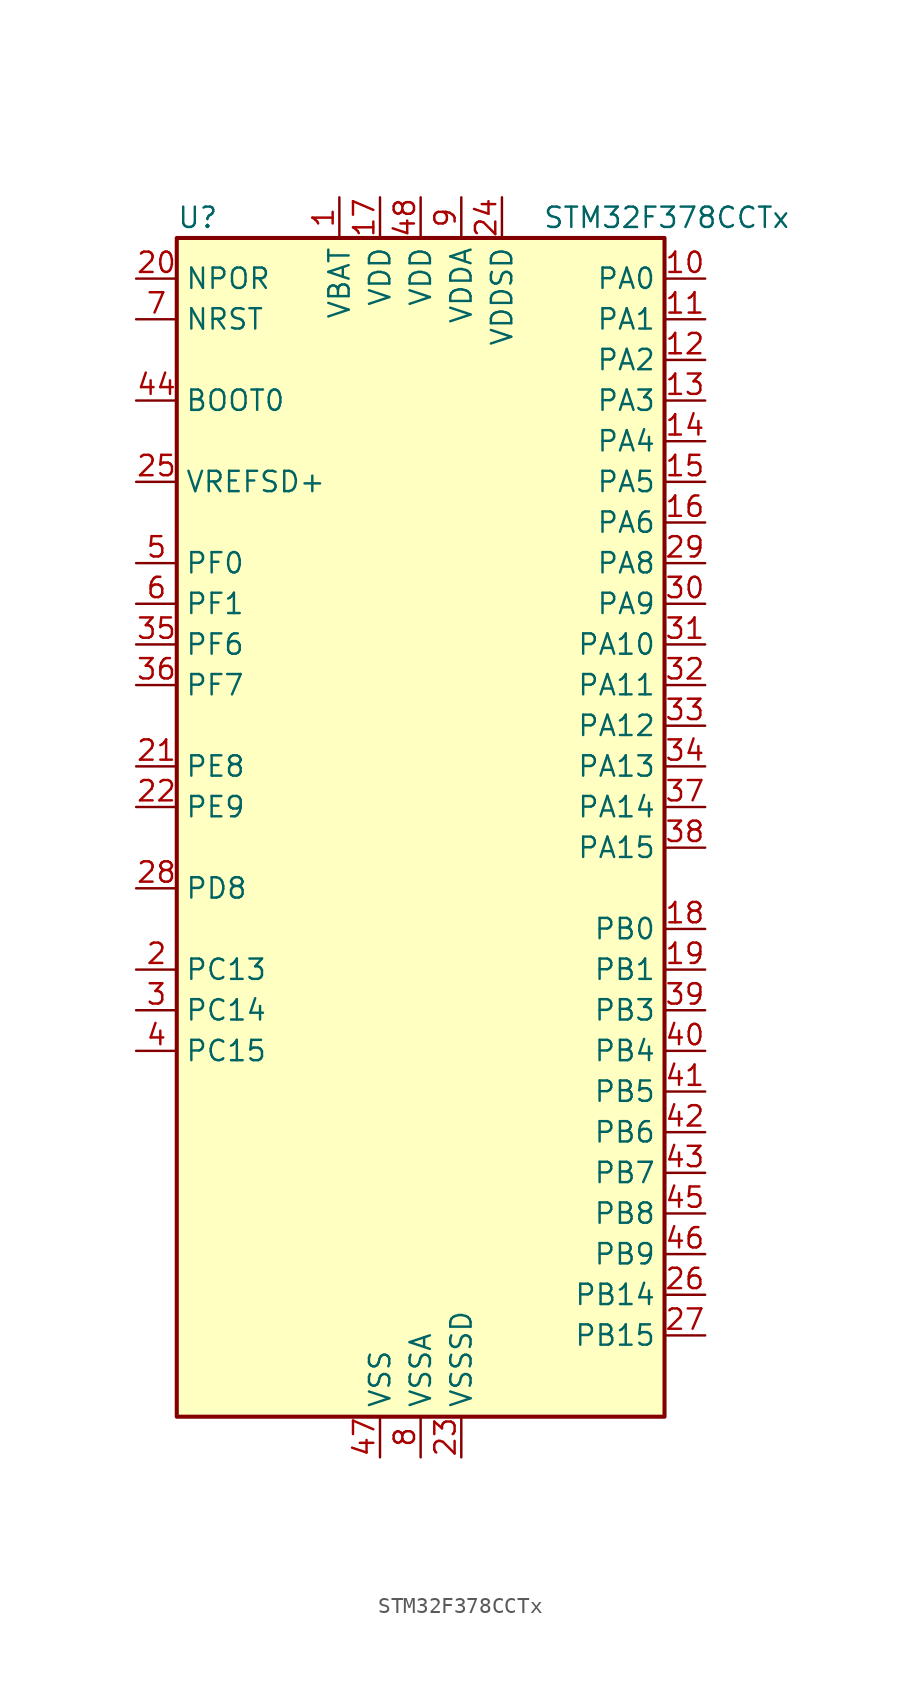
<source format=kicad_sym>
(kicad_symbol_lib
  (version 20231120)
  (generator "kicad_symbol_editor")
  (generator_version "8.0")
  (symbol "STM32F378CCTx"
    (property "Reference" "U"
      (at -15.24 39.37 0)
      (effects (font (size 1.27 1.27)) (justify left)))
    (property "Value" "STM32F378CCTx"
      (at 7.62 39.37 0)
      (effects (font (size 1.27 1.27)) (justify left)))
    (property "ki_locked" ""
      (at 0 0 0)
      (effects (font (size 1.27 1.27))))
    (symbol "STM32F378CCTx_0_1"
      (rectangle (start -15.24 -35.56) (end 15.24 38.1) (stroke (width 0.254) (type default)) (fill (type background))))
    (symbol "STM32F378CCTx_1_1"
      (pin power_in line (at -5.08 40.64 270) (length 2.54) (name "VBAT" (effects (font (size 1.27 1.27)))) (number "1" (effects (font (size 1.27 1.27)))))
      (pin bidirectional line (at 17.78 35.56 180) (length 2.54) (name "PA0" (effects (font (size 1.27 1.27)))) (number "10" (effects (font (size 1.27 1.27)))) (alternate "ADC1_IN0" bidirectional line) (alternate "COMP1_INM" bidirectional line) (alternate "COMP1_OUT" bidirectional line) (alternate "RTC_TAMP2" bidirectional line) (alternate "SYS_WKUP1" bidirectional line) (alternate "TIM19_CH1" bidirectional line) (alternate "TIM2_CH1" bidirectional line) (alternate "TIM2_ETR" bidirectional line) (alternate "TIM5_CH1" bidirectional line) (alternate "TIM5_ETR" bidirectional line) (alternate "TSC_G1_IO1" bidirectional line) (alternate "USART2_CTS" bidirectional line))
      (pin bidirectional line (at 17.78 33.02 180) (length 2.54) (name "PA1" (effects (font (size 1.27 1.27)))) (number "11" (effects (font (size 1.27 1.27)))) (alternate "ADC1_IN1" bidirectional line) (alternate "COMP1_INP" bidirectional line) (alternate "I2S3_CK" bidirectional line) (alternate "RTC_REFIN" bidirectional line) (alternate "SPI3_SCK" bidirectional line) (alternate "TIM15_CH1N" bidirectional line) (alternate "TIM19_CH2" bidirectional line) (alternate "TIM2_CH2" bidirectional line) (alternate "TIM5_CH2" bidirectional line) (alternate "TSC_G1_IO2" bidirectional line) (alternate "USART2_DE" bidirectional line) (alternate "USART2_RTS" bidirectional line))
      (pin bidirectional line (at 17.78 30.48 180) (length 2.54) (name "PA2" (effects (font (size 1.27 1.27)))) (number "12" (effects (font (size 1.27 1.27)))) (alternate "ADC1_IN2" bidirectional line) (alternate "COMP2_INM" bidirectional line) (alternate "COMP2_OUT" bidirectional line) (alternate "I2S3_MCK" bidirectional line) (alternate "SPI3_MISO" bidirectional line) (alternate "TIM15_CH1" bidirectional line) (alternate "TIM19_CH3" bidirectional line) (alternate "TIM2_CH3" bidirectional line) (alternate "TIM5_CH3" bidirectional line) (alternate "TSC_G1_IO3" bidirectional line) (alternate "USART2_TX" bidirectional line))
      (pin bidirectional line (at 17.78 27.94 180) (length 2.54) (name "PA3" (effects (font (size 1.27 1.27)))) (number "13" (effects (font (size 1.27 1.27)))) (alternate "ADC1_IN3" bidirectional line) (alternate "COMP2_INP" bidirectional line) (alternate "I2S3_SD" bidirectional line) (alternate "SPI3_MOSI" bidirectional line) (alternate "TIM15_CH2" bidirectional line) (alternate "TIM19_CH4" bidirectional line) (alternate "TIM2_CH4" bidirectional line) (alternate "TIM5_CH4" bidirectional line) (alternate "TSC_G1_IO4" bidirectional line) (alternate "USART2_RX" bidirectional line))
      (pin bidirectional line (at 17.78 25.4 180) (length 2.54) (name "PA4" (effects (font (size 1.27 1.27)))) (number "14" (effects (font (size 1.27 1.27)))) (alternate "ADC1_IN4" bidirectional line) (alternate "DAC1_OUT1" bidirectional line) (alternate "I2S1_WS" bidirectional line) (alternate "I2S3_WS" bidirectional line) (alternate "SPI1_NSS" bidirectional line) (alternate "SPI3_NSS" bidirectional line) (alternate "TIM12_CH1" bidirectional line) (alternate "TIM3_CH2" bidirectional line) (alternate "TSC_G2_IO1" bidirectional line) (alternate "USART2_CK" bidirectional line))
      (pin bidirectional line (at 17.78 22.86 180) (length 2.54) (name "PA5" (effects (font (size 1.27 1.27)))) (number "15" (effects (font (size 1.27 1.27)))) (alternate "ADC1_IN5" bidirectional line) (alternate "CEC" bidirectional line) (alternate "DAC1_OUT2" bidirectional line) (alternate "I2S1_CK" bidirectional line) (alternate "SPI1_SCK" bidirectional line) (alternate "TIM12_CH2" bidirectional line) (alternate "TIM14_CH1" bidirectional line) (alternate "TIM2_CH1" bidirectional line) (alternate "TIM2_ETR" bidirectional line) (alternate "TSC_G2_IO2" bidirectional line))
      (pin bidirectional line (at 17.78 20.32 180) (length 2.54) (name "PA6" (effects (font (size 1.27 1.27)))) (number "16" (effects (font (size 1.27 1.27)))) (alternate "ADC1_IN6" bidirectional line) (alternate "COMP1_OUT" bidirectional line) (alternate "DAC2_OUT1" bidirectional line) (alternate "I2S1_MCK" bidirectional line) (alternate "SPI1_MISO" bidirectional line) (alternate "TIM13_CH1" bidirectional line) (alternate "TIM16_CH1" bidirectional line) (alternate "TIM3_CH1" bidirectional line) (alternate "TSC_G2_IO3" bidirectional line))
      (pin power_in line (at -2.54 40.64 270) (length 2.54) (name "VDD" (effects (font (size 1.27 1.27)))) (number "17" (effects (font (size 1.27 1.27)))))
      (pin bidirectional line (at 17.78 -5.08 180) (length 2.54) (name "PB0" (effects (font (size 1.27 1.27)))) (number "18" (effects (font (size 1.27 1.27)))) (alternate "ADC1_IN8" bidirectional line) (alternate "I2S1_SD" bidirectional line) (alternate "SDADC1_AIN6P" bidirectional line) (alternate "SPI1_MOSI" bidirectional line) (alternate "TIM3_CH2" bidirectional line) (alternate "TIM3_CH3" bidirectional line) (alternate "TSC_G3_IO3" bidirectional line))
      (pin bidirectional line (at 17.78 -7.62 180) (length 2.54) (name "PB1" (effects (font (size 1.27 1.27)))) (number "19" (effects (font (size 1.27 1.27)))) (alternate "ADC1_IN9" bidirectional line) (alternate "SDADC1_AIN5P" bidirectional line) (alternate "SDADC1_AIN6M" bidirectional line) (alternate "TIM3_CH4" bidirectional line) (alternate "TSC_G3_IO4" bidirectional line))
      (pin bidirectional line (at -17.78 -7.62 0) (length 2.54) (name "PC13" (effects (font (size 1.27 1.27)))) (number "2" (effects (font (size 1.27 1.27)))) (alternate "RTC_OUT_ALARM" bidirectional line) (alternate "RTC_OUT_CALIB" bidirectional line) (alternate "RTC_TAMP1" bidirectional line) (alternate "RTC_TS" bidirectional line) (alternate "SYS_WKUP2" bidirectional line))
      (pin input line (at -17.78 35.56 0) (length 2.54) (name "NPOR" (effects (font (size 1.27 1.27)))) (number "20" (effects (font (size 1.27 1.27)))))
      (pin bidirectional line (at -17.78 5.08 0) (length 2.54) (name "PE8" (effects (font (size 1.27 1.27)))) (number "21" (effects (font (size 1.27 1.27)))) (alternate "SDADC1_AIN8P" bidirectional line) (alternate "SDADC2_AIN8P" bidirectional line))
      (pin bidirectional line (at -17.78 2.54 0) (length 2.54) (name "PE9" (effects (font (size 1.27 1.27)))) (number "22" (effects (font (size 1.27 1.27)))) (alternate "DAC1_EXTI9" bidirectional line) (alternate "DAC2_EXTI9" bidirectional line) (alternate "SDADC1_AIN7P" bidirectional line) (alternate "SDADC1_AIN8M" bidirectional line) (alternate "SDADC2_AIN7P" bidirectional line) (alternate "SDADC2_AIN8M" bidirectional line))
      (pin power_in line (at 2.54 -38.1 90) (length 2.54) (name "VSSSD" (effects (font (size 1.27 1.27)))) (number "23" (effects (font (size 1.27 1.27)))))
      (pin power_in line (at 5.08 40.64 270) (length 2.54) (name "VDDSD" (effects (font (size 1.27 1.27)))) (number "24" (effects (font (size 1.27 1.27)))))
      (pin input line (at -17.78 22.86 0) (length 2.54) (name "VREFSD+" (effects (font (size 1.27 1.27)))) (number "25" (effects (font (size 1.27 1.27)))))
      (pin bidirectional line (at 17.78 -27.94 180) (length 2.54) (name "PB14" (effects (font (size 1.27 1.27)))) (number "26" (effects (font (size 1.27 1.27)))) (alternate "I2S2_MCK" bidirectional line) (alternate "SDADC3_AIN8P" bidirectional line) (alternate "SPI2_MISO" bidirectional line) (alternate "TIM12_CH1" bidirectional line) (alternate "TIM15_CH1" bidirectional line) (alternate "TSC_G6_IO1" bidirectional line) (alternate "USART3_DE" bidirectional line) (alternate "USART3_RTS" bidirectional line))
      (pin bidirectional line (at 17.78 -30.48 180) (length 2.54) (name "PB15" (effects (font (size 1.27 1.27)))) (number "27" (effects (font (size 1.27 1.27)))) (alternate "ADC1_EXTI15" bidirectional line) (alternate "I2S2_SD" bidirectional line) (alternate "RTC_REFIN" bidirectional line) (alternate "SDADC1_EXTI15" bidirectional line) (alternate "SDADC2_EXTI15" bidirectional line) (alternate "SDADC3_AIN7P" bidirectional line) (alternate "SDADC3_AIN8M" bidirectional line) (alternate "SDADC3_EXTI15" bidirectional line) (alternate "SPI2_MOSI" bidirectional line) (alternate "TIM12_CH2" bidirectional line) (alternate "TIM15_CH1N" bidirectional line) (alternate "TIM15_CH2" bidirectional line) (alternate "TSC_G6_IO2" bidirectional line))
      (pin bidirectional line (at -17.78 -2.54 0) (length 2.54) (name "PD8" (effects (font (size 1.27 1.27)))) (number "28" (effects (font (size 1.27 1.27)))) (alternate "I2S2_CK" bidirectional line) (alternate "SDADC3_AIN6P" bidirectional line) (alternate "SPI2_SCK" bidirectional line) (alternate "TSC_G6_IO3" bidirectional line) (alternate "USART3_TX" bidirectional line))
      (pin bidirectional line (at 17.78 17.78 180) (length 2.54) (name "PA8" (effects (font (size 1.27 1.27)))) (number "29" (effects (font (size 1.27 1.27)))) (alternate "I2C2_SMBA" bidirectional line) (alternate "I2S2_CK" bidirectional line) (alternate "RCC_MCO" bidirectional line) (alternate "SPI2_SCK" bidirectional line) (alternate "TIM4_ETR" bidirectional line) (alternate "TIM5_CH1" bidirectional line) (alternate "TIM5_ETR" bidirectional line) (alternate "USART1_CK" bidirectional line))
      (pin bidirectional line (at -17.78 -10.16 0) (length 2.54) (name "PC14" (effects (font (size 1.27 1.27)))) (number "3" (effects (font (size 1.27 1.27)))) (alternate "RCC_OSC32_IN" bidirectional line))
      (pin bidirectional line (at 17.78 15.24 180) (length 2.54) (name "PA9" (effects (font (size 1.27 1.27)))) (number "30" (effects (font (size 1.27 1.27)))) (alternate "DAC1_EXTI9" bidirectional line) (alternate "DAC2_EXTI9" bidirectional line) (alternate "I2C2_SCL" bidirectional line) (alternate "I2S2_MCK" bidirectional line) (alternate "SPI2_MISO" bidirectional line) (alternate "TIM13_CH1" bidirectional line) (alternate "TIM15_BKIN" bidirectional line) (alternate "TIM2_CH3" bidirectional line) (alternate "TSC_G4_IO1" bidirectional line) (alternate "USART1_TX" bidirectional line))
      (pin bidirectional line (at 17.78 12.7 180) (length 2.54) (name "PA10" (effects (font (size 1.27 1.27)))) (number "31" (effects (font (size 1.27 1.27)))) (alternate "I2C2_SDA" bidirectional line) (alternate "I2S2_SD" bidirectional line) (alternate "SPI2_MOSI" bidirectional line) (alternate "TIM14_CH1" bidirectional line) (alternate "TIM17_BKIN" bidirectional line) (alternate "TIM2_CH4" bidirectional line) (alternate "TSC_G4_IO2" bidirectional line) (alternate "USART1_RX" bidirectional line))
      (pin bidirectional line (at 17.78 10.16 180) (length 2.54) (name "PA11" (effects (font (size 1.27 1.27)))) (number "32" (effects (font (size 1.27 1.27)))) (alternate "ADC1_EXTI11" bidirectional line) (alternate "CAN_RX" bidirectional line) (alternate "COMP1_OUT" bidirectional line) (alternate "I2S1_WS" bidirectional line) (alternate "I2S2_WS" bidirectional line) (alternate "SDADC1_EXTI11" bidirectional line) (alternate "SDADC2_EXTI11" bidirectional line) (alternate "SDADC3_EXTI11" bidirectional line) (alternate "SPI1_NSS" bidirectional line) (alternate "SPI2_NSS" bidirectional line) (alternate "TIM4_CH1" bidirectional line) (alternate "TIM5_CH2" bidirectional line) (alternate "USART1_CTS" bidirectional line))
      (pin bidirectional line (at 17.78 7.62 180) (length 2.54) (name "PA12" (effects (font (size 1.27 1.27)))) (number "33" (effects (font (size 1.27 1.27)))) (alternate "CAN_TX" bidirectional line) (alternate "COMP2_OUT" bidirectional line) (alternate "I2S1_CK" bidirectional line) (alternate "SPI1_SCK" bidirectional line) (alternate "TIM16_CH1" bidirectional line) (alternate "TIM4_CH2" bidirectional line) (alternate "TIM5_CH3" bidirectional line) (alternate "USART1_DE" bidirectional line) (alternate "USART1_RTS" bidirectional line))
      (pin bidirectional line (at 17.78 5.08 180) (length 2.54) (name "PA13" (effects (font (size 1.27 1.27)))) (number "34" (effects (font (size 1.27 1.27)))) (alternate "I2S1_MCK" bidirectional line) (alternate "IR_OUT" bidirectional line) (alternate "SPI1_MISO" bidirectional line) (alternate "SYS_JTMS-SWDIO" bidirectional line) (alternate "TIM16_CH1N" bidirectional line) (alternate "TIM4_CH3" bidirectional line) (alternate "TIM5_CH4" bidirectional line) (alternate "TSC_G4_IO3" bidirectional line) (alternate "USART3_CTS" bidirectional line))
      (pin bidirectional line (at -17.78 12.7 0) (length 2.54) (name "PF6" (effects (font (size 1.27 1.27)))) (number "35" (effects (font (size 1.27 1.27)))) (alternate "I2C2_SCL" bidirectional line) (alternate "I2S1_SD" bidirectional line) (alternate "SPI1_MOSI" bidirectional line) (alternate "TIM4_CH4" bidirectional line) (alternate "USART3_DE" bidirectional line) (alternate "USART3_RTS" bidirectional line))
      (pin bidirectional line (at -17.78 10.16 0) (length 2.54) (name "PF7" (effects (font (size 1.27 1.27)))) (number "36" (effects (font (size 1.27 1.27)))) (alternate "I2C2_SDA" bidirectional line) (alternate "USART2_CK" bidirectional line))
      (pin bidirectional line (at 17.78 2.54 180) (length 2.54) (name "PA14" (effects (font (size 1.27 1.27)))) (number "37" (effects (font (size 1.27 1.27)))) (alternate "I2C1_SDA" bidirectional line) (alternate "SYS_JTCK-SWCLK" bidirectional line) (alternate "TIM12_CH1" bidirectional line) (alternate "TSC_G4_IO4" bidirectional line))
      (pin bidirectional line (at 17.78 0 180) (length 2.54) (name "PA15" (effects (font (size 1.27 1.27)))) (number "38" (effects (font (size 1.27 1.27)))) (alternate "ADC1_EXTI15" bidirectional line) (alternate "I2C1_SCL" bidirectional line) (alternate "I2S1_WS" bidirectional line) (alternate "I2S3_WS" bidirectional line) (alternate "SDADC1_EXTI15" bidirectional line) (alternate "SDADC2_EXTI15" bidirectional line) (alternate "SDADC3_EXTI15" bidirectional line) (alternate "SPI1_NSS" bidirectional line) (alternate "SPI3_NSS" bidirectional line) (alternate "SYS_JTDI" bidirectional line) (alternate "TIM12_CH2" bidirectional line) (alternate "TIM2_CH1" bidirectional line) (alternate "TIM2_ETR" bidirectional line) (alternate "TSC_SYNC" bidirectional line))
      (pin bidirectional line (at 17.78 -10.16 180) (length 2.54) (name "PB3" (effects (font (size 1.27 1.27)))) (number "39" (effects (font (size 1.27 1.27)))) (alternate "I2S1_CK" bidirectional line) (alternate "I2S3_CK" bidirectional line) (alternate "SPI1_SCK" bidirectional line) (alternate "SPI3_SCK" bidirectional line) (alternate "SYS_JTDO-TRACESWO" bidirectional line) (alternate "TIM13_CH1" bidirectional line) (alternate "TIM2_CH2" bidirectional line) (alternate "TIM3_ETR" bidirectional line) (alternate "TIM4_ETR" bidirectional line) (alternate "TSC_G5_IO1" bidirectional line) (alternate "USART2_TX" bidirectional line))
      (pin bidirectional line (at -17.78 -12.7 0) (length 2.54) (name "PC15" (effects (font (size 1.27 1.27)))) (number "4" (effects (font (size 1.27 1.27)))) (alternate "ADC1_EXTI15" bidirectional line) (alternate "RCC_OSC32_OUT" bidirectional line) (alternate "SDADC1_EXTI15" bidirectional line) (alternate "SDADC2_EXTI15" bidirectional line) (alternate "SDADC3_EXTI15" bidirectional line))
      (pin bidirectional line (at 17.78 -12.7 180) (length 2.54) (name "PB4" (effects (font (size 1.27 1.27)))) (number "40" (effects (font (size 1.27 1.27)))) (alternate "I2S1_MCK" bidirectional line) (alternate "I2S3_MCK" bidirectional line) (alternate "SPI1_MISO" bidirectional line) (alternate "SPI3_MISO" bidirectional line) (alternate "SYS_NJTRST" bidirectional line) (alternate "TIM15_CH1N" bidirectional line) (alternate "TIM16_CH1" bidirectional line) (alternate "TIM17_BKIN" bidirectional line) (alternate "TIM3_CH1" bidirectional line) (alternate "TSC_G5_IO2" bidirectional line) (alternate "USART2_RX" bidirectional line))
      (pin bidirectional line (at 17.78 -15.24 180) (length 2.54) (name "PB5" (effects (font (size 1.27 1.27)))) (number "41" (effects (font (size 1.27 1.27)))) (alternate "I2C1_SMBA" bidirectional line) (alternate "I2S1_SD" bidirectional line) (alternate "I2S3_SD" bidirectional line) (alternate "SPI1_MOSI" bidirectional line) (alternate "SPI3_MOSI" bidirectional line) (alternate "TIM16_BKIN" bidirectional line) (alternate "TIM17_CH1" bidirectional line) (alternate "TIM19_ETR" bidirectional line) (alternate "TIM3_CH2" bidirectional line) (alternate "USART2_CK" bidirectional line))
      (pin bidirectional line (at 17.78 -17.78 180) (length 2.54) (name "PB6" (effects (font (size 1.27 1.27)))) (number "42" (effects (font (size 1.27 1.27)))) (alternate "I2C1_SCL" bidirectional line) (alternate "TIM15_CH1" bidirectional line) (alternate "TIM16_CH1N" bidirectional line) (alternate "TIM19_CH1" bidirectional line) (alternate "TIM3_CH3" bidirectional line) (alternate "TIM4_CH1" bidirectional line) (alternate "TSC_G5_IO3" bidirectional line) (alternate "USART1_TX" bidirectional line))
      (pin bidirectional line (at 17.78 -20.32 180) (length 2.54) (name "PB7" (effects (font (size 1.27 1.27)))) (number "43" (effects (font (size 1.27 1.27)))) (alternate "I2C1_SDA" bidirectional line) (alternate "TIM15_CH2" bidirectional line) (alternate "TIM17_CH1N" bidirectional line) (alternate "TIM19_CH2" bidirectional line) (alternate "TIM3_CH4" bidirectional line) (alternate "TIM4_CH2" bidirectional line) (alternate "TSC_G5_IO4" bidirectional line) (alternate "USART1_RX" bidirectional line))
      (pin input line (at -17.78 27.94 0) (length 2.54) (name "BOOT0" (effects (font (size 1.27 1.27)))) (number "44" (effects (font (size 1.27 1.27)))))
      (pin bidirectional line (at 17.78 -22.86 180) (length 2.54) (name "PB8" (effects (font (size 1.27 1.27)))) (number "45" (effects (font (size 1.27 1.27)))) (alternate "CAN_RX" bidirectional line) (alternate "CEC" bidirectional line) (alternate "COMP1_OUT" bidirectional line) (alternate "I2C1_SCL" bidirectional line) (alternate "I2S2_CK" bidirectional line) (alternate "SPI2_SCK" bidirectional line) (alternate "TIM16_CH1" bidirectional line) (alternate "TIM19_CH3" bidirectional line) (alternate "TIM4_CH3" bidirectional line) (alternate "TSC_SYNC" bidirectional line) (alternate "USART3_TX" bidirectional line))
      (pin bidirectional line (at 17.78 -25.4 180) (length 2.54) (name "PB9" (effects (font (size 1.27 1.27)))) (number "46" (effects (font (size 1.27 1.27)))) (alternate "CAN_TX" bidirectional line) (alternate "COMP2_OUT" bidirectional line) (alternate "DAC1_EXTI9" bidirectional line) (alternate "DAC2_EXTI9" bidirectional line) (alternate "I2C1_SDA" bidirectional line) (alternate "I2S2_WS" bidirectional line) (alternate "IR_OUT" bidirectional line) (alternate "SPI2_NSS" bidirectional line) (alternate "TIM17_CH1" bidirectional line) (alternate "TIM19_CH4" bidirectional line) (alternate "TIM4_CH4" bidirectional line) (alternate "USART3_RX" bidirectional line))
      (pin power_in line (at -2.54 -38.1 90) (length 2.54) (name "VSS" (effects (font (size 1.27 1.27)))) (number "47" (effects (font (size 1.27 1.27)))))
      (pin power_in line (at 0 40.64 270) (length 2.54) (name "VDD" (effects (font (size 1.27 1.27)))) (number "48" (effects (font (size 1.27 1.27)))))
      (pin bidirectional line (at -17.78 17.78 0) (length 2.54) (name "PF0" (effects (font (size 1.27 1.27)))) (number "5" (effects (font (size 1.27 1.27)))) (alternate "I2C2_SDA" bidirectional line) (alternate "RCC_OSC_IN" bidirectional line))
      (pin bidirectional line (at -17.78 15.24 0) (length 2.54) (name "PF1" (effects (font (size 1.27 1.27)))) (number "6" (effects (font (size 1.27 1.27)))) (alternate "I2C2_SCL" bidirectional line) (alternate "RCC_OSC_OUT" bidirectional line))
      (pin input line (at -17.78 33.02 0) (length 2.54) (name "NRST" (effects (font (size 1.27 1.27)))) (number "7" (effects (font (size 1.27 1.27)))))
      (pin power_in line (at 0 -38.1 90) (length 2.54) (name "VSSA" (effects (font (size 1.27 1.27)))) (number "8" (effects (font (size 1.27 1.27)))))
      (pin power_in line (at 2.54 40.64 270) (length 2.54) (name "VDDA" (effects (font (size 1.27 1.27)))) (number "9" (effects (font (size 1.27 1.27))))))))
</source>
